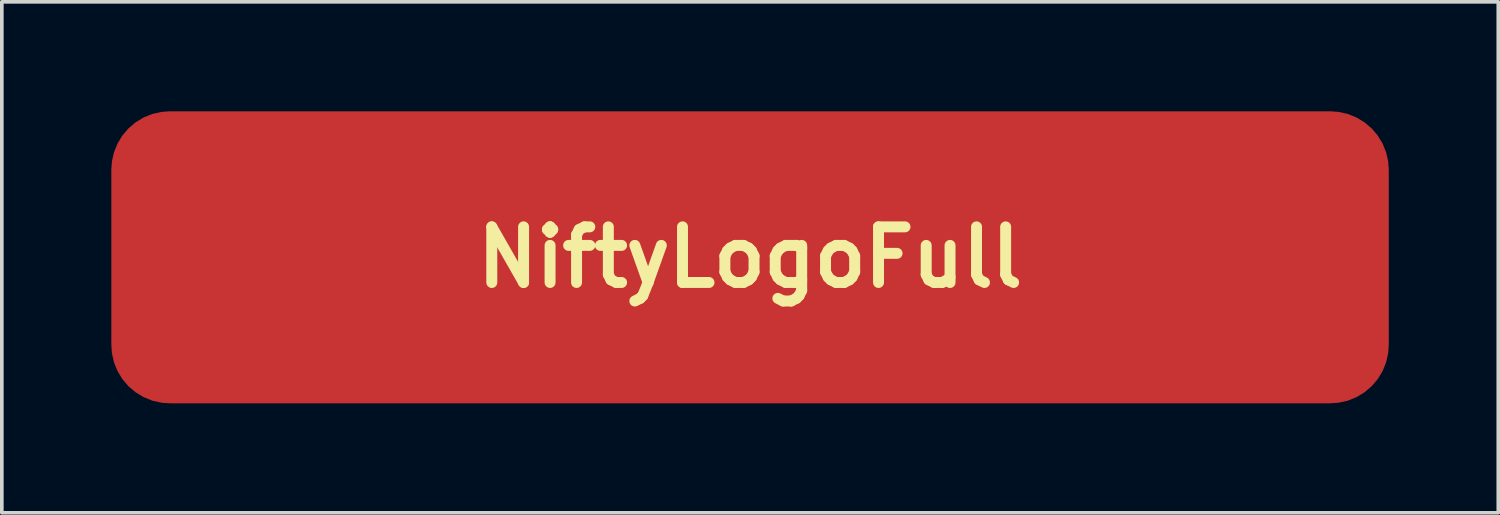
<source format=kicad_pcb>
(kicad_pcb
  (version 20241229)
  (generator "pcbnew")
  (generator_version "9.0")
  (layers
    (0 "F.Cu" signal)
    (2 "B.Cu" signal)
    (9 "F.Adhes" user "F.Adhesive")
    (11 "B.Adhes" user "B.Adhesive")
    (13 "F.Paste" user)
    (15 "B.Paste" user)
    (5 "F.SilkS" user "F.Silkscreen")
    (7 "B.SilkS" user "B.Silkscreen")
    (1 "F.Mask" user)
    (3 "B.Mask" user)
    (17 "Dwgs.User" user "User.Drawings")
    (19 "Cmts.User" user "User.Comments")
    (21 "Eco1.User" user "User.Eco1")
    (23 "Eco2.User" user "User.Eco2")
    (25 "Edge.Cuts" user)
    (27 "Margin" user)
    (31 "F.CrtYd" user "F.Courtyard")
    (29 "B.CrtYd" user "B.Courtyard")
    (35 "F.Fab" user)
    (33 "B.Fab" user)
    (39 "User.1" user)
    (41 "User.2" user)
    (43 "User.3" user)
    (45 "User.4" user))
  (footprint "NiftyLogoFull"
    (layer "F.Cu")
    (at 17.5 4)
    (property "Reference" "NiftyLogoFull" (at 0 0 0) (layer "F.SilkS") (effects (font (size 1.524 1.524) (thickness 0.3))))
    (attr through_hole)
    (fp_poly (pts (xy -6.451 -2.177) (xy -6.364 -2.122) (xy -6.313 -2.021) (xy -6.296 -1.859) (xy -6.313 -1.688) (xy -6.363 -1.558) (xy -6.366 -1.554) (xy -6.525 -1.417) (xy -6.723 -1.343) (xy -6.923 -1.336) (xy -7.088 -1.403) (xy -7.12 -1.433) (xy -7.213 -1.604) (xy -7.211 -1.781) (xy -7.135 -1.949) (xy -7.001 -2.089) (xy -6.831 -2.186) (xy -6.641 -2.221) (xy -6.451 -2.177)) (stroke (width 0.01) (type solid)) (fill yes) (layer "F.Mask"))
    (fp_poly (pts (xy -6.554 -0.678) (xy -6.576 -0.568) (xy -6.619 -0.364) (xy -6.677 -0.086) (xy -6.749 0.248) (xy -6.828 0.618) (xy -6.862 0.779) (xy -7.136 2.049) (xy -7.558 2.066) (xy -7.775 2.074) (xy -7.899 2.068) (xy -7.953 2.045) (xy -7.961 1.995) (xy -7.954 1.951) (xy -7.934 1.858) (xy -7.895 1.67) (xy -7.839 1.405) (xy -7.771 1.079) (xy -7.693 0.711) (xy -7.644 0.476) (xy -7.361 -0.866) (xy -6.518 -0.866) (xy -6.554 -0.678)) (stroke (width 0.01) (type solid)) (fill yes) (layer "F.Mask"))
    (fp_poly (pts (xy 10.28 -0.528) (xy 10.586 -0.668) (xy 10.822 -0.754) (xy 11.097 -0.821) (xy 11.257 -0.846) (xy 11.454 -0.864) (xy 11.559 -0.862) (xy 11.595 -0.837) (xy 11.584 -0.784) (xy 11.549 -0.66) (xy 11.515 -0.49) (xy 11.51 -0.464) (xy 11.485 -0.34) (xy 11.441 -0.271) (xy 11.347 -0.235) (xy 11.172 -0.21) (xy 11.15 -0.207) (xy 10.811 -0.135) (xy 10.506 -0.011) (xy 10.271 0.15) (xy 10.234 0.188) (xy 10.17 0.296) (xy 10.101 0.49) (xy 10.024 0.779) (xy 9.936 1.172) (xy 9.873 1.471) (xy 9.82 1.728) (xy 9.781 1.922) (xy 9.759 2.034) (xy 9.756 2.053) (xy 9.703 2.065) (xy 9.564 2.074) (xy 9.368 2.078) (xy 9.352 2.078) (xy 9.111 2.07) (xy 8.979 2.043) (xy 8.948 2.009) (xy 8.959 1.935) (xy 8.992 1.765) (xy 9.042 1.514) (xy 9.107 1.199) (xy 9.183 0.835) (xy 9.246 0.537) (xy 9.544 -0.866) (xy 10.348 -0.866) (xy 10.28 -0.528)) (stroke (width 0.01) (type solid)) (fill yes) (layer "F.Mask"))
    (fp_poly (pts (xy -10.535 -2.192) (xy -10.134 -1.312) (xy -9.974 -0.965) (xy -9.808 -0.603) (xy -9.652 -0.263) (xy -9.52 0.022) (xy -9.477 0.115) (xy -9.221 0.664) (xy -8.921 -0.75) (xy -8.622 -2.165) (xy -8.2 -2.182) (xy -7.984 -2.189) (xy -7.86 -2.184) (xy -7.806 -2.16) (xy -7.798 -2.11) (xy -7.805 -2.066) (xy -7.823 -1.98) (xy -7.862 -1.795) (xy -7.919 -1.525) (xy -7.991 -1.183) (xy -8.075 -0.783) (xy -8.169 -0.34) (xy -8.256 0.074) (xy -8.681 2.083) (xy -9.489 2.049) (xy -10.136 0.643) (xy -10.354 0.175) (xy -10.53 -0.19) (xy -10.665 -0.452) (xy -10.757 -0.611) (xy -10.806 -0.664) (xy -10.813 -0.656) (xy -10.834 -0.571) (xy -10.873 -0.389) (xy -10.929 -0.13) (xy -10.997 0.19) (xy -11.073 0.553) (xy -11.117 0.765) (xy -11.391 2.078) (xy -11.809 2.078) (xy -12.025 2.075) (xy -12.149 2.062) (xy -12.201 2.033) (xy -12.205 1.983) (xy -12.204 1.977) (xy -12.186 1.898) (xy -12.149 1.72) (xy -12.093 1.457) (xy -12.022 1.122) (xy -11.94 0.73) (xy -11.848 0.294) (xy -11.774 -0.058) (xy -11.677 -0.518) (xy -11.587 -0.945) (xy -11.506 -1.325) (xy -11.438 -1.643) (xy -11.385 -1.887) (xy -11.35 -2.043) (xy -11.338 -2.093) (xy -11.301 -2.148) (xy -11.215 -2.179) (xy -11.055 -2.192) (xy -10.921 -2.193) (xy -10.535 -2.192)) (stroke (width 0.01) (type solid)) (fill yes) (layer "F.Mask"))
    (fp_poly (pts (xy 3.986 -2.19) (xy 4.341 -2.175) (xy 4.616 -2.147) (xy 4.831 -2.101) (xy 5.004 -2.034) (xy 5.152 -1.944) (xy 5.242 -1.873) (xy 5.449 -1.623) (xy 5.564 -1.315) (xy 5.587 -0.965) (xy 5.513 -0.588) (xy 5.436 -0.384) (xy 5.251 -0.062) (xy 5.008 0.194) (xy 4.697 0.387) (xy 4.309 0.521) (xy 3.835 0.602) (xy 3.265 0.633) (xy 3.2 0.633) (xy 2.793 0.635) (xy 2.649 1.342) (xy 2.506 2.049) (xy 2.083 2.066) (xy 1.866 2.074) (xy 1.742 2.068) (xy 1.687 2.045) (xy 1.679 1.995) (xy 1.686 1.951) (xy 1.704 1.865) (xy 1.743 1.68) (xy 1.8 1.409) (xy 1.872 1.068) (xy 1.956 0.668) (xy 2.05 0.225) (xy 2.118 -0.1) (xy 2.954 -0.1) (xy 2.978 -0.071) (xy 3.054 -0.057) (xy 3.2 -0.058) (xy 3.436 -0.07) (xy 3.52 -0.075) (xy 3.871 -0.106) (xy 4.121 -0.151) (xy 4.283 -0.213) (xy 4.286 -0.214) (xy 4.531 -0.42) (xy 4.689 -0.689) (xy 4.725 -0.813) (xy 4.751 -1.058) (xy 4.707 -1.242) (xy 4.583 -1.372) (xy 4.372 -1.454) (xy 4.065 -1.494) (xy 3.805 -1.501) (xy 3.252 -1.501) (xy 3.123 -0.88) (xy 3.067 -0.616) (xy 3.017 -0.386) (xy 2.979 -0.218) (xy 2.962 -0.15) (xy 2.954 -0.1) (xy 2.118 -0.1) (xy 2.137 -0.188) (xy 2.561 -2.194) (xy 3.535 -2.194) (xy 3.986 -2.19)) (stroke (width 0.01) (type solid)) (fill yes) (layer "F.Mask"))
    (fp_poly (pts (xy 13.21 -1.713) (xy 13.275 -1.694) (xy 13.276 -1.691) (xy 13.263 -1.614) (xy 13.23 -1.461) (xy 13.192 -1.299) (xy 13.147 -1.11) (xy 13.116 -0.967) (xy 13.106 -0.909) (xy 13.158 -0.887) (xy 13.293 -0.871) (xy 13.457 -0.866) (xy 13.65 -0.864) (xy 13.752 -0.85) (xy 13.787 -0.813) (xy 13.778 -0.741) (xy 13.771 -0.715) (xy 13.73 -0.538) (xy 13.7 -0.397) (xy 13.676 -0.306) (xy 13.629 -0.256) (xy 13.531 -0.235) (xy 13.352 -0.231) (xy 13.312 -0.231) (xy 12.958 -0.231) (xy 12.795 0.555) (xy 12.73 0.872) (xy 12.69 1.095) (xy 12.671 1.244) (xy 12.673 1.338) (xy 12.694 1.397) (xy 12.721 1.431) (xy 12.87 1.504) (xy 13.093 1.515) (xy 13.296 1.48) (xy 13.399 1.46) (xy 13.437 1.489) (xy 13.428 1.595) (xy 13.416 1.658) (xy 13.367 1.889) (xy 13.309 2.031) (xy 13.225 2.11) (xy 13.098 2.15) (xy 13.065 2.156) (xy 12.699 2.189) (xy 12.382 2.164) (xy 12.202 2.111) (xy 12.036 2.012) (xy 11.921 1.876) (xy 11.856 1.689) (xy 11.838 1.438) (xy 11.866 1.11) (xy 11.937 0.693) (xy 11.978 0.496) (xy 12.035 0.233) (xy 12.081 0.014) (xy 12.112 -0.139) (xy 12.123 -0.201) (xy 12.072 -0.221) (xy 11.946 -0.231) (xy 11.914 -0.231) (xy 11.706 -0.231) (xy 11.744 -0.447) (xy 11.786 -0.662) (xy 11.828 -0.787) (xy 11.889 -0.847) (xy 11.987 -0.865) (xy 12.062 -0.866) (xy 12.282 -0.866) (xy 12.362 -1.284) (xy 12.442 -1.703) (xy 12.86 -1.72) (xy 13.062 -1.722) (xy 13.21 -1.713)) (stroke (width 0.01) (type solid)) (fill yes) (layer "F.Mask"))
    (fp_poly (pts (xy 7.356 -0.927) (xy 7.57 -0.898) (xy 7.746 -0.843) (xy 7.81 -0.814) (xy 7.989 -0.731) (xy 8.088 -0.7) (xy 8.131 -0.718) (xy 8.14 -0.779) (xy 8.163 -0.826) (xy 8.249 -0.853) (xy 8.417 -0.865) (xy 8.544 -0.866) (xy 8.784 -0.857) (xy 8.919 -0.83) (xy 8.948 -0.8) (xy 8.936 -0.728) (xy 8.904 -0.558) (xy 8.853 -0.308) (xy 8.789 0.007) (xy 8.713 0.37) (xy 8.649 0.672) (xy 8.351 2.078) (xy 7.956 2.078) (xy 7.746 2.074) (xy 7.627 2.059) (xy 7.574 2.025) (xy 7.562 1.972) (xy 7.554 1.915) (xy 7.513 1.903) (xy 7.413 1.94) (xy 7.281 2.004) (xy 7.019 2.096) (xy 6.699 2.155) (xy 6.366 2.177) (xy 6.068 2.157) (xy 5.946 2.13) (xy 5.62 1.977) (xy 5.375 1.745) (xy 5.216 1.443) (xy 5.148 1.079) (xy 5.151 0.87) (xy 5.167 0.783) (xy 5.986 0.783) (xy 6.008 1.071) (xy 6.117 1.292) (xy 6.308 1.44) (xy 6.572 1.509) (xy 6.904 1.491) (xy 7.14 1.435) (xy 7.391 1.303) (xy 7.61 1.086) (xy 7.771 0.812) (xy 7.835 0.61) (xy 7.869 0.381) (xy 7.867 0.205) (xy 7.855 0.156) (xy 7.714 -0.055) (xy 7.494 -0.203) (xy 7.214 -0.279) (xy 6.897 -0.273) (xy 6.851 -0.265) (xy 6.657 -0.187) (xy 6.444 -0.039) (xy 6.247 0.148) (xy 6.103 0.342) (xy 6.061 0.435) (xy 5.986 0.783) (xy 5.167 0.783) (xy 5.237 0.396) (xy 5.419 -0.025) (xy 5.691 -0.383) (xy 6.044 -0.665) (xy 6.203 -0.753) (xy 6.405 -0.846) (xy 6.576 -0.901) (xy 6.761 -0.927) (xy 7.007 -0.935) (xy 7.066 -0.935) (xy 7.356 -0.927)) (stroke (width 0.01) (type solid)) (fill yes) (layer "F.Mask"))
    (fp_poly (pts (xy 15.994 -0.915) (xy 16.256 -0.879) (xy 16.462 -0.828) (xy 16.585 -0.763) (xy 16.6 -0.745) (xy 16.615 -0.65) (xy 16.606 -0.492) (xy 16.579 -0.317) (xy 16.54 -0.173) (xy 16.52 -0.131) (xy 16.466 -0.098) (xy 16.357 -0.113) (xy 16.175 -0.174) (xy 15.891 -0.255) (xy 15.61 -0.288) (xy 15.354 -0.277) (xy 15.145 -0.223) (xy 15.004 -0.13) (xy 14.951 -0.002) (xy 14.951 -0.002) (xy 14.966 0.055) (xy 15.02 0.108) (xy 15.13 0.167) (xy 15.312 0.239) (xy 15.582 0.332) (xy 15.731 0.381) (xy 16.06 0.523) (xy 16.282 0.703) (xy 16.401 0.926) (xy 16.421 1.198) (xy 16.396 1.352) (xy 16.28 1.652) (xy 16.083 1.881) (xy 15.799 2.042) (xy 15.425 2.138) (xy 15.079 2.169) (xy 14.811 2.172) (xy 14.552 2.161) (xy 14.35 2.14) (xy 14.316 2.134) (xy 14.024 2.06) (xy 13.838 1.979) (xy 13.75 1.888) (xy 13.739 1.837) (xy 13.752 1.707) (xy 13.785 1.545) (xy 13.828 1.387) (xy 13.871 1.269) (xy 13.904 1.227) (xy 13.905 1.227) (xy 14.158 1.344) (xy 14.444 1.441) (xy 14.728 1.508) (xy 14.972 1.537) (xy 15.105 1.529) (xy 15.245 1.501) (xy 15.364 1.476) (xy 15.51 1.403) (xy 15.567 1.278) (xy 15.551 1.186) (xy 15.483 1.128) (xy 15.336 1.053) (xy 15.14 0.979) (xy 15.134 0.976) (xy 14.767 0.844) (xy 14.496 0.717) (xy 14.306 0.588) (xy 14.206 0.485) (xy 14.1 0.265) (xy 14.09 0.019) (xy 14.165 -0.232) (xy 14.316 -0.47) (xy 14.533 -0.675) (xy 14.804 -0.827) (xy 14.908 -0.864) (xy 15.133 -0.909) (xy 15.407 -0.931) (xy 15.702 -0.933) (xy 15.994 -0.915)) (stroke (width 0.01) (type solid)) (fill yes) (layer "F.Mask"))
    (fp_poly (pts (xy -1.017 0.063) (xy -1.083 0.385) (xy -1.139 0.676) (xy -1.182 0.914) (xy -1.207 1.075) (xy -1.212 1.128) (xy -1.164 1.286) (xy -1.032 1.388) (xy -0.835 1.432) (xy -0.593 1.414) (xy -0.324 1.331) (xy -0.239 1.292) (xy -0.05 1.187) (xy 0.083 1.077) (xy 0.175 0.935) (xy 0.245 0.733) (xy 0.31 0.444) (xy 0.313 0.433) (xy 0.373 0.139) (xy 0.44 -0.181) (xy 0.497 -0.447) (xy 0.589 -0.866) (xy 0.987 -0.866) (xy 1.207 -0.86) (xy 1.331 -0.841) (xy 1.382 -0.803) (xy 1.385 -0.782) (xy 1.372 -0.675) (xy 1.336 -0.474) (xy 1.28 -0.2) (xy 1.209 0.129) (xy 1.129 0.494) (xy 1.042 0.876) (xy 0.954 1.255) (xy 0.868 1.614) (xy 0.79 1.931) (xy 0.723 2.19) (xy 0.671 2.37) (xy 0.647 2.44) (xy 0.438 2.789) (xy 0.154 3.082) (xy -0.177 3.29) (xy -0.188 3.295) (xy -0.344 3.357) (xy -0.506 3.398) (xy -0.704 3.424) (xy -0.968 3.439) (xy -1.183 3.445) (xy -1.562 3.445) (xy -1.867 3.429) (xy -2.078 3.396) (xy -2.107 3.388) (xy -2.249 3.331) (xy -2.33 3.276) (xy -2.337 3.26) (xy -2.32 3.086) (xy -2.284 2.906) (xy -2.238 2.754) (xy -2.193 2.665) (xy -2.176 2.656) (xy -2.084 2.672) (xy -1.926 2.713) (xy -1.824 2.743) (xy -1.486 2.81) (xy -1.13 2.824) (xy -0.801 2.783) (xy -0.596 2.717) (xy -0.418 2.615) (xy -0.281 2.48) (xy -0.163 2.282) (xy -0.053 2.021) (xy 0.06 1.726) (xy -0.195 1.875) (xy -0.509 2.013) (xy -0.847 2.086) (xy -1.184 2.093) (xy -1.49 2.037) (xy -1.738 1.916) (xy -1.808 1.856) (xy -1.916 1.731) (xy -1.99 1.597) (xy -2.031 1.437) (xy -2.04 1.233) (xy -2.016 0.969) (xy -1.961 0.628) (xy -1.876 0.193) (xy -1.869 0.163) (xy -1.655 -0.866) (xy -0.821 -0.866) (xy -1.017 0.063)) (stroke (width 0.01) (type solid)) (fill yes) (layer "F.Mask"))
    (fp_poly (pts (xy -3.903 -2.444) (xy -3.733 -2.424) (xy -3.641 -2.394) (xy -3.638 -2.391) (xy -3.608 -2.306) (xy -3.622 -2.144) (xy -3.646 -2.029) (xy -3.715 -1.728) (xy -3.957 -1.764) (xy -4.234 -1.762) (xy -4.453 -1.663) (xy -4.617 -1.465) (xy -4.729 -1.165) (xy -4.753 -1.054) (xy -4.788 -0.866) (xy -3.775 -0.866) (xy -3.692 -1.284) (xy -3.608 -1.703) (xy -3.188 -1.72) (xy -2.972 -1.727) (xy -2.849 -1.722) (xy -2.795 -1.698) (xy -2.789 -1.648) (xy -2.798 -1.604) (xy -2.859 -1.328) (xy -2.907 -1.104) (xy -2.936 -0.956) (xy -2.943 -0.909) (xy -2.891 -0.886) (xy -2.755 -0.871) (xy -2.594 -0.866) (xy -2.401 -0.862) (xy -2.299 -0.845) (xy -2.267 -0.808) (xy -2.273 -0.765) (xy -2.303 -0.641) (xy -2.337 -0.472) (xy -2.341 -0.447) (xy -2.38 -0.231) (xy -3.092 -0.231) (xy -3.255 0.544) (xy -3.312 0.832) (xy -3.354 1.081) (xy -3.378 1.269) (xy -3.381 1.373) (xy -3.378 1.384) (xy -3.257 1.48) (xy -3.065 1.519) (xy -2.852 1.5) (xy -2.709 1.471) (xy -2.626 1.46) (xy -2.619 1.461) (xy -2.623 1.519) (xy -2.646 1.655) (xy -2.668 1.774) (xy -2.71 1.953) (xy -2.762 2.053) (xy -2.849 2.107) (xy -2.937 2.135) (xy -3.228 2.183) (xy -3.531 2.181) (xy -3.795 2.13) (xy -3.849 2.109) (xy -4.008 2.012) (xy -4.121 1.87) (xy -4.189 1.675) (xy -4.211 1.417) (xy -4.188 1.085) (xy -4.121 0.67) (xy -4.01 0.162) (xy -3.95 -0.084) (xy -3.912 -0.236) (xy -4.42 -0.219) (xy -4.929 -0.202) (xy -5.165 0.924) (xy -5.402 2.049) (xy -5.825 2.066) (xy -6.042 2.074) (xy -6.165 2.069) (xy -6.219 2.045) (xy -6.225 1.997) (xy -6.215 1.951) (xy -6.186 1.825) (xy -6.142 1.622) (xy -6.086 1.363) (xy -6.024 1.069) (xy -5.96 0.764) (xy -5.899 0.468) (xy -5.846 0.204) (xy -5.804 -0.006) (xy -5.778 -0.141) (xy -5.773 -0.178) (xy -5.824 -0.213) (xy -5.949 -0.23) (xy -5.981 -0.231) (xy -6.117 -0.238) (xy -6.166 -0.275) (xy -6.155 -0.368) (xy -6.151 -0.382) (xy -6.11 -0.559) (xy -6.08 -0.699) (xy -6.044 -0.811) (xy -5.968 -0.857) (xy -5.834 -0.866) (xy -5.621 -0.866) (xy -5.519 -1.296) (xy -5.382 -1.713) (xy -5.185 -2.032) (xy -4.924 -2.258) (xy -4.592 -2.396) (xy -4.184 -2.45) (xy -4.116 -2.451) (xy -3.903 -2.444)) (stroke (width 0.01) (type solid)) (fill yes) (layer "F.Mask"))
    (fp_poly (pts (xy -14.859 -3.449) (xy -14.656 -3.408) (xy -14.395 -3.346) (xy -14.105 -3.271) (xy -14.063 -3.26) (xy -13.76 -3.176) (xy -13.541 -3.108) (xy -13.378 -3.042) (xy -13.242 -2.964) (xy -13.106 -2.861) (xy -12.941 -2.717) (xy -12.894 -2.676) (xy -12.713 -2.504) (xy -12.57 -2.352) (xy -12.485 -2.24) (xy -12.469 -2.201) (xy -12.489 -2.079) (xy -12.541 -1.889) (xy -12.616 -1.658) (xy -12.704 -1.412) (xy -12.795 -1.178) (xy -12.879 -0.983) (xy -12.947 -0.853) (xy -12.979 -0.816) (xy -13.085 -0.779) (xy -13.262 -0.732) (xy -13.435 -0.694) (xy -13.634 -0.648) (xy -13.749 -0.601) (xy -13.81 -0.536) (xy -13.844 -0.44) (xy -13.873 -0.334) (xy -13.926 -0.135) (xy -14 0.139) (xy -14.09 0.471) (xy -14.19 0.843) (xy -14.258 1.097) (xy -14.382 1.545) (xy -14.494 1.926) (xy -14.59 2.229) (xy -14.667 2.443) (xy -14.722 2.558) (xy -14.73 2.568) (xy -14.869 2.647) (xy -15.086 2.693) (xy -15.349 2.706) (xy -15.625 2.684) (xy -15.882 2.627) (xy -15.957 2.6) (xy -16.232 2.458) (xy -16.447 2.284) (xy -16.583 2.098) (xy -16.623 1.937) (xy -16.613 1.871) (xy -16.221 1.871) (xy -16.168 1.991) (xy -16.029 2.103) (xy -15.831 2.2) (xy -15.605 2.271) (xy -15.378 2.31) (xy -15.18 2.306) (xy -15.039 2.253) (xy -15.016 2.23) (xy -14.999 2.186) (xy -15.051 2.156) (xy -15.188 2.134) (xy -15.323 2.122) (xy -15.73 2.044) (xy -15.958 1.945) (xy -16.129 1.862) (xy -16.213 1.852) (xy -16.221 1.871) (xy -16.613 1.871) (xy -16.608 1.834) (xy -16.565 1.638) (xy -16.511 1.415) (xy -16.107 1.415) (xy -16.046 1.532) (xy -15.912 1.653) (xy -15.723 1.76) (xy -15.498 1.839) (xy -15.485 1.843) (xy -15.296 1.884) (xy -15.173 1.896) (xy -15.072 1.879) (xy -14.984 1.849) (xy -14.855 1.777) (xy -14.837 1.707) (xy -14.923 1.648) (xy -15.109 1.605) (xy -15.162 1.599) (xy -15.41 1.552) (xy -15.666 1.471) (xy -15.767 1.427) (xy -15.927 1.355) (xy -16.042 1.317) (xy -16.077 1.318) (xy -16.107 1.415) (xy -16.511 1.415) (xy -16.499 1.364) (xy -16.414 1.031) (xy -16.381 0.907) (xy -15.974 0.907) (xy -15.941 0.984) (xy -15.827 1.07) (xy -15.646 1.169) (xy -15.345 1.289) (xy -15.051 1.328) (xy -15.034 1.328) (xy -14.856 1.322) (xy -14.762 1.297) (xy -14.719 1.238) (xy -14.708 1.191) (xy -14.701 1.115) (xy -14.734 1.07) (xy -14.832 1.045) (xy -15.019 1.026) (xy -15.034 1.025) (xy -15.278 0.987) (xy -15.521 0.922) (xy -15.642 0.874) (xy -15.807 0.803) (xy -15.901 0.792) (xy -15.943 0.823) (xy -15.974 0.907) (xy -16.381 0.907) (xy -16.315 0.655) (xy -16.228 0.338) (xy -15.82 0.338) (xy -15.796 0.439) (xy -15.734 0.517) (xy -15.565 0.622) (xy -15.352 0.707) (xy -15.121 0.766) (xy -14.9 0.796) (xy -14.719 0.791) (xy -14.604 0.747) (xy -14.582 0.717) (xy -14.552 0.597) (xy -14.595 0.538) (xy -14.729 0.52) (xy -14.769 0.52) (xy -14.992 0.492) (xy -15.29 0.413) (xy -15.639 0.29) (xy -15.716 0.26) (xy -15.793 0.265) (xy -15.82 0.338) (xy -16.228 0.338) (xy -16.223 0.318) (xy -16.09 -0.162) (xy -15.674 -0.162) (xy -15.649 -0.077) (xy -15.527 0.017) (xy -15.322 0.113) (xy -15.059 0.198) (xy -14.796 0.261) (xy -14.621 0.281) (xy -14.512 0.257) (xy -14.45 0.187) (xy -14.438 0.159) (xy -14.42 0.09) (xy -14.444 0.044) (xy -14.53 0.009) (xy -14.701 -0.029) (xy -14.794 -0.046) (xy -15.036 -0.102) (xy -15.268 -0.172) (xy -15.421 -0.235) (xy -15.555 -0.292) (xy -15.634 -0.305) (xy -15.644 -0.295) (xy -15.663 -0.194) (xy -15.674 -0.162) (xy -16.09 -0.162) (xy -15.929 -0.746) (xy -15.527 -0.746) (xy -15.506 -0.627) (xy -15.419 -0.524) (xy -15.399 -0.511) (xy -15.076 -0.381) (xy -14.732 -0.312) (xy -14.547 -0.306) (xy -14.381 -0.323) (xy -14.299 -0.363) (xy -14.27 -0.438) (xy -14.274 -0.496) (xy -14.315 -0.544) (xy -14.413 -0.591) (xy -14.588 -0.647) (xy -14.834 -0.715) (xy -15.08 -0.777) (xy -15.287 -0.82) (xy -15.427 -0.84) (xy -15.472 -0.836) (xy -15.527 -0.746) (xy -15.929 -0.746) (xy -15.824 -1.126) (xy -15.997 -1.301) (xy -15.288 -1.301) (xy -15.284 -1.295) (xy -15.219 -1.267) (xy -15.072 -1.218) (xy -14.877 -1.158) (xy -14.663 -1.095) (xy -14.461 -1.04) (xy -14.304 -1) (xy -14.227 -0.985) (xy -14.218 -0.995) (xy -13.898 -0.995) (xy -13.598 -1.065) (xy -13.418 -1.111) (xy -13.282 -1.153) (xy -13.238 -1.172) (xy -13.197 -1.238) (xy -13.142 -1.377) (xy -13.083 -1.552) (xy -13.032 -1.727) (xy -13.001 -1.867) (xy -13 -1.935) (xy -13 -1.936) (xy -13.063 -1.935) (xy -13.203 -1.913) (xy -13.334 -1.886) (xy -13.648 -1.817) (xy -13.898 -0.995) (xy -14.218 -0.995) (xy -14.183 -1.035) (xy -14.122 -1.169) (xy -14.055 -1.36) (xy -14.043 -1.4) (xy -13.989 -1.605) (xy -13.958 -1.765) (xy -13.956 -1.851) (xy -13.959 -1.856) (xy -14.03 -1.887) (xy -14.184 -1.938) (xy -14.391 -1.998) (xy -14.461 -2.017) (xy -14.688 -2.078) (xy -14.879 -2.13) (xy -15.001 -2.164) (xy -15.018 -2.169) (xy -15.072 -2.164) (xy -15.119 -2.098) (xy -15.168 -1.953) (xy -15.216 -1.764) (xy -15.261 -1.554) (xy -15.286 -1.39) (xy -15.288 -1.301) (xy -15.997 -1.301) (xy -16.138 -1.445) (xy -16.295 -1.62) (xy -16.406 -1.774) (xy -16.452 -1.879) (xy -16.452 -1.885) (xy -16.446 -1.935) (xy -16.056 -1.935) (xy -15.817 -1.712) (xy -15.683 -1.596) (xy -15.585 -1.527) (xy -15.55 -1.518) (xy -15.523 -1.585) (xy -15.481 -1.732) (xy -15.436 -1.911) (xy -15.351 -2.275) (xy -15.607 -2.53) (xy -15.862 -2.786) (xy -15.959 -2.36) (xy -16.056 -1.935) (xy -16.446 -1.935) (xy -16.44 -1.984) (xy -16.409 -2.16) (xy -16.364 -2.384) (xy -16.311 -2.629) (xy -16.257 -2.868) (xy -16.237 -2.949) (xy -15.644 -2.949) (xy -15.606 -2.89) (xy -15.508 -2.78) (xy -15.418 -2.689) (xy -15.304 -2.588) (xy -15.181 -2.508) (xy -15.023 -2.436) (xy -14.804 -2.362) (xy -14.508 -2.277) (xy -14.179 -2.187) (xy -13.933 -2.128) (xy -13.747 -2.097) (xy -13.592 -2.092) (xy -13.444 -2.11) (xy -13.276 -2.148) (xy -13.258 -2.153) (xy -12.979 -2.225) (xy -13.263 -2.465) (xy -13.401 -2.573) (xy -13.541 -2.657) (xy -13.71 -2.731) (xy -13.936 -2.805) (xy -14.246 -2.892) (xy -14.264 -2.897) (xy -14.576 -2.979) (xy -14.805 -3.03) (xy -14.98 -3.056) (xy -15.129 -3.059) (xy -15.279 -3.044) (xy -15.312 -3.039) (xy -15.49 -3.006) (xy -15.61 -2.972) (xy -15.644 -2.949) (xy -16.237 -2.949) (xy -16.207 -3.072) (xy -16.168 -3.215) (xy -16.148 -3.268) (xy -16.078 -3.292) (xy -15.925 -3.325) (xy -15.719 -3.364) (xy -15.489 -3.402) (xy -15.267 -3.435) (xy -15.083 -3.457) (xy -14.98 -3.464) (xy -14.859 -3.449)) (stroke (width 0.01) (type solid)) (fill yes) (layer "F.Mask"))
    (pad "1" smd roundrect (at 0 0) (size 35 8) (layers "F.Cu") (roundrect_rratio 0.2)))
  (gr_rect
    (start -3 -3)
    (end 38 11)
    (stroke (width 0.1) (type default))
    (fill no)
    (layer "Edge.Cuts")))
</source>
